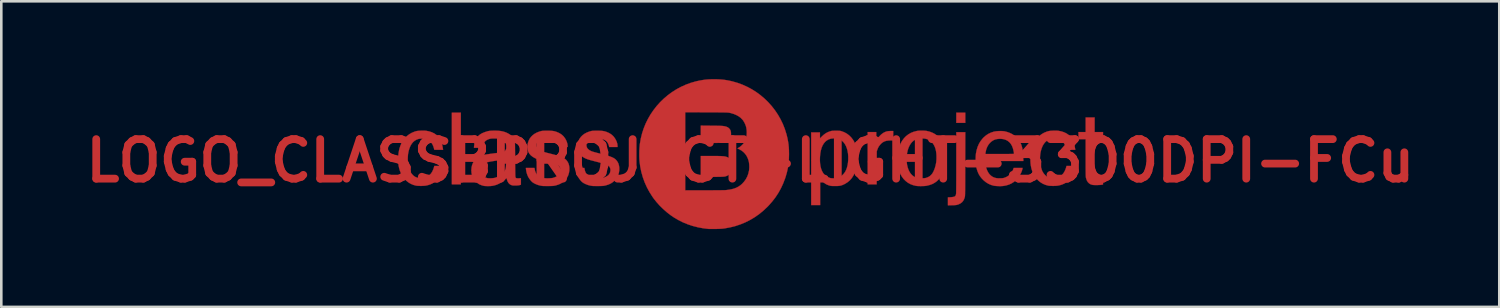
<source format=kicad_pcb>
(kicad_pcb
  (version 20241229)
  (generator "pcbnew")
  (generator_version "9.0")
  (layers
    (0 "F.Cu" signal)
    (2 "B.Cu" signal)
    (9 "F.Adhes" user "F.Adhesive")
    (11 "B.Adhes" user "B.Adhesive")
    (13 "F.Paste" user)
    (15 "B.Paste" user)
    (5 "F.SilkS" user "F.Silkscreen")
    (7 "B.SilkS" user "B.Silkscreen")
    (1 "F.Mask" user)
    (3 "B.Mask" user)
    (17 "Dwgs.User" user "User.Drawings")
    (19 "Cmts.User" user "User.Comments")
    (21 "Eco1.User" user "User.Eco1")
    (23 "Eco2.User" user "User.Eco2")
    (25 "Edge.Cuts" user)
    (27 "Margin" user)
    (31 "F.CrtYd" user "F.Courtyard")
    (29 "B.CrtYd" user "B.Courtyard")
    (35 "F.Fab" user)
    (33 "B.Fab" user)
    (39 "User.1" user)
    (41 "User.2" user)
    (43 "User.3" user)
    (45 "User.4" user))
  (footprint "LOGO_CLASSBPROJECT-LIGHT-3300DPI-FCu"
    (layer "F.Cu")
    (at 25.879 3.149)
    (property "Reference" "LOGO_CLASSBPROJECT-LIGHT-3300DPI-FCu" (at 0 0 0) (layer "F.Cu") (effects (font (size 1.524 1.524) (thickness 0.3))))
    (attr through_hole)
    (fp_poly (pts (xy -11.161 0.908) (xy -11.507 0.908) (xy -11.507 -1.855) (xy -11.161 -1.855) (xy -11.161 0.908)) (stroke (width 0.01) (type solid)) (fill yes) (layer "F.Cu"))
    (fp_poly (pts (xy 8.29 -1.462) (xy 7.943 -1.462) (xy 7.943 -1.855) (xy 8.29 -1.855) (xy 8.29 -1.462)) (stroke (width 0.01) (type solid)) (fill yes) (layer "F.Cu"))
    (fp_poly (pts (xy 5.511 -0.785) (xy 5.408 -0.785) (xy 5.32 -0.781) (xy 5.242 -0.769) (xy 5.174 -0.747) (xy 5.113 -0.715) (xy 5.058 -0.673) (xy 5.028 -0.643) (xy 4.983 -0.59) (xy 4.947 -0.538) (xy 4.918 -0.479) (xy 4.9 -0.433) (xy 4.876 -0.366) (xy 4.874 0.271) (xy 4.872 0.908) (xy 4.526 0.908) (xy 4.526 -1.108) (xy 4.857 -1.108) (xy 4.857 -0.79) (xy 4.879 -0.825) (xy 4.906 -0.862) (xy 4.941 -0.905) (xy 4.981 -0.948) (xy 5.023 -0.99) (xy 5.062 -1.026) (xy 5.068 -1.03) (xy 5.128 -1.074) (xy 5.188 -1.106) (xy 5.249 -1.129) (xy 5.317 -1.142) (xy 5.394 -1.147) (xy 5.414 -1.147) (xy 5.511 -1.147) (xy 5.511 -0.785)) (stroke (width 0.01) (type solid)) (fill yes) (layer "F.Cu"))
    (fp_poly (pts (xy -1.518 -0.185) (xy -1.412 -0.185) (xy -1.319 -0.184) (xy -1.239 -0.183) (xy -1.171 -0.182) (xy -1.113 -0.179) (xy -1.063 -0.176) (xy -1.021 -0.172) (xy -0.985 -0.167) (xy -0.953 -0.161) (xy -0.926 -0.153) (xy -0.9 -0.144) (xy -0.875 -0.134) (xy -0.857 -0.125) (xy -0.797 -0.089) (xy -0.749 -0.041) (xy -0.712 0.016) (xy -0.688 0.081) (xy -0.682 0.113) (xy -0.679 0.156) (xy -0.678 0.204) (xy -0.679 0.252) (xy -0.683 0.295) (xy -0.686 0.312) (xy -0.705 0.381) (xy -0.738 0.443) (xy -0.781 0.498) (xy -0.834 0.544) (xy -0.88 0.57) (xy -0.901 0.58) (xy -0.92 0.588) (xy -0.94 0.595) (xy -0.96 0.601) (xy -0.984 0.606) (xy -1.011 0.61) (xy -1.043 0.613) (xy -1.082 0.615) (xy -1.129 0.617) (xy -1.185 0.618) (xy -1.252 0.619) (xy -1.331 0.62) (xy -1.424 0.621) (xy -1.472 0.621) (xy -1.909 0.625) (xy -1.909 -0.185) (xy -1.518 -0.185)) (stroke (width 0.01) (type solid)) (fill yes) (layer "F.Cu"))
    (fp_poly (pts (xy -1.495 -1.352) (xy -1.399 -1.352) (xy -1.317 -1.351) (xy -1.248 -1.349) (xy -1.189 -1.348) (xy -1.14 -1.346) (xy -1.099 -1.344) (xy -1.064 -1.342) (xy -1.034 -1.338) (xy -1.007 -1.334) (xy -0.983 -1.329) (xy -0.958 -1.323) (xy -0.933 -1.316) (xy -0.921 -1.313) (xy -0.868 -1.29) (xy -0.821 -1.254) (xy -0.787 -1.213) (xy -0.769 -1.184) (xy -0.757 -1.154) (xy -0.749 -1.122) (xy -0.745 -1.082) (xy -0.743 -1.032) (xy -0.743 -1.02) (xy -0.744 -0.977) (xy -0.746 -0.945) (xy -0.75 -0.92) (xy -0.756 -0.898) (xy -0.761 -0.884) (xy -0.79 -0.83) (xy -0.83 -0.785) (xy -0.883 -0.75) (xy -0.897 -0.742) (xy -0.919 -0.732) (xy -0.94 -0.723) (xy -0.96 -0.715) (xy -0.98 -0.709) (xy -1.004 -0.704) (xy -1.031 -0.699) (xy -1.062 -0.696) (xy -1.101 -0.693) (xy -1.147 -0.692) (xy -1.203 -0.69) (xy -1.269 -0.689) (xy -1.347 -0.688) (xy -1.438 -0.687) (xy -1.484 -0.687) (xy -1.909 -0.684) (xy -1.909 -1.356) (xy -1.495 -1.352)) (stroke (width 0.01) (type solid)) (fill yes) (layer "F.Cu"))
    (fp_poly (pts (xy 8.287 0.121) (xy 8.287 0.283) (xy 8.287 0.429) (xy 8.286 0.562) (xy 8.286 0.682) (xy 8.286 0.789) (xy 8.285 0.884) (xy 8.285 0.969) (xy 8.284 1.043) (xy 8.284 1.107) (xy 8.283 1.163) (xy 8.282 1.211) (xy 8.282 1.251) (xy 8.281 1.285) (xy 8.28 1.313) (xy 8.279 1.336) (xy 8.278 1.354) (xy 8.276 1.368) (xy 8.275 1.38) (xy 8.273 1.389) (xy 8.272 1.397) (xy 8.246 1.474) (xy 8.211 1.541) (xy 8.165 1.596) (xy 8.108 1.641) (xy 8.04 1.676) (xy 7.978 1.697) (xy 7.954 1.703) (xy 7.923 1.707) (xy 7.884 1.71) (xy 7.832 1.713) (xy 7.776 1.714) (xy 7.62 1.718) (xy 7.62 1.409) (xy 7.668 1.409) (xy 7.711 1.407) (xy 7.757 1.403) (xy 7.803 1.397) (xy 7.842 1.39) (xy 7.871 1.382) (xy 7.874 1.381) (xy 7.896 1.368) (xy 7.913 1.348) (xy 7.925 1.319) (xy 7.934 1.277) (xy 7.935 1.265) (xy 7.936 1.25) (xy 7.937 1.219) (xy 7.938 1.174) (xy 7.939 1.115) (xy 7.94 1.042) (xy 7.941 0.956) (xy 7.941 0.857) (xy 7.942 0.746) (xy 7.942 0.622) (xy 7.943 0.487) (xy 7.943 0.34) (xy 7.943 0.183) (xy 7.943 0.056) (xy 7.943 -1.101) (xy 8.29 -1.101) (xy 8.287 0.121)) (stroke (width 0.01) (type solid)) (fill yes) (layer "F.Cu"))
    (fp_poly (pts (xy 13.277 -1.108) (xy 13.601 -1.108) (xy 13.601 -0.831) (xy 13.277 -0.831) (xy 13.277 -0.156) (xy 13.277 -0.038) (xy 13.278 0.065) (xy 13.278 0.155) (xy 13.278 0.233) (xy 13.278 0.299) (xy 13.279 0.354) (xy 13.279 0.4) (xy 13.28 0.438) (xy 13.281 0.468) (xy 13.282 0.492) (xy 13.283 0.51) (xy 13.285 0.524) (xy 13.287 0.535) (xy 13.289 0.542) (xy 13.291 0.549) (xy 13.292 0.55) (xy 13.307 0.578) (xy 13.326 0.599) (xy 13.349 0.614) (xy 13.381 0.624) (xy 13.423 0.629) (xy 13.477 0.631) (xy 13.496 0.631) (xy 13.601 0.631) (xy 13.601 0.914) (xy 13.556 0.924) (xy 13.527 0.928) (xy 13.486 0.932) (xy 13.438 0.934) (xy 13.386 0.936) (xy 13.332 0.936) (xy 13.282 0.936) (xy 13.237 0.934) (xy 13.202 0.931) (xy 13.183 0.927) (xy 13.118 0.905) (xy 13.064 0.871) (xy 13.019 0.827) (xy 12.983 0.771) (xy 12.956 0.702) (xy 12.943 0.657) (xy 12.941 0.646) (xy 12.939 0.633) (xy 12.938 0.617) (xy 12.936 0.596) (xy 12.935 0.571) (xy 12.934 0.54) (xy 12.933 0.501) (xy 12.933 0.455) (xy 12.932 0.399) (xy 12.932 0.334) (xy 12.931 0.258) (xy 12.931 0.169) (xy 12.931 0.068) (xy 12.931 -0.047) (xy 12.931 -0.115) (xy 12.931 -0.831) (xy 12.654 -0.831) (xy 12.654 -1.108) (xy 12.931 -1.108) (xy 12.931 -1.67) (xy 13.277 -1.67) (xy 13.277 -1.108)) (stroke (width 0.01) (type solid)) (fill yes) (layer "F.Cu"))
    (fp_poly (pts (xy -12.566 -1.161) (xy -12.516 -1.158) (xy -12.492 -1.155) (xy -12.382 -1.133) (xy -12.281 -1.1) (xy -12.191 -1.057) (xy -12.111 -1.004) (xy -12.042 -0.941) (xy -12.017 -0.911) (xy -11.97 -0.843) (xy -11.93 -0.764) (xy -11.897 -0.673) (xy -11.87 -0.57) (xy -11.85 -0.456) (xy -11.845 -0.423) (xy -12.182 -0.423) (xy -12.2 -0.49) (xy -12.224 -0.565) (xy -12.257 -0.636) (xy -12.296 -0.698) (xy -12.333 -0.742) (xy -12.38 -0.783) (xy -12.432 -0.814) (xy -12.49 -0.836) (xy -12.557 -0.849) (xy -12.636 -0.854) (xy -12.654 -0.854) (xy -12.706 -0.853) (xy -12.751 -0.849) (xy -12.787 -0.843) (xy -12.789 -0.843) (xy -12.868 -0.815) (xy -12.939 -0.774) (xy -13.002 -0.72) (xy -13.057 -0.653) (xy -13.104 -0.573) (xy -13.143 -0.479) (xy -13.174 -0.373) (xy -13.189 -0.302) (xy -13.197 -0.248) (xy -13.202 -0.182) (xy -13.206 -0.111) (xy -13.207 -0.038) (xy -13.205 0.032) (xy -13.201 0.095) (xy -13.197 0.131) (xy -13.177 0.233) (xy -13.148 0.327) (xy -13.111 0.412) (xy -13.067 0.485) (xy -13.016 0.546) (xy -12.968 0.589) (xy -12.919 0.621) (xy -12.864 0.644) (xy -12.826 0.654) (xy -12.774 0.664) (xy -12.714 0.669) (xy -12.652 0.669) (xy -12.593 0.665) (xy -12.555 0.658) (xy -12.483 0.633) (xy -12.416 0.594) (xy -12.356 0.543) (xy -12.302 0.479) (xy -12.256 0.404) (xy -12.218 0.318) (xy -12.192 0.233) (xy -12.184 0.2) (xy -11.845 0.2) (xy -11.85 0.229) (xy -11.876 0.354) (xy -11.911 0.466) (xy -11.955 0.566) (xy -12.009 0.655) (xy -12.072 0.732) (xy -12.144 0.799) (xy -12.196 0.836) (xy -12.269 0.879) (xy -12.344 0.912) (xy -12.425 0.938) (xy -12.516 0.958) (xy -12.518 0.958) (xy -12.56 0.963) (xy -12.612 0.967) (xy -12.669 0.969) (xy -12.729 0.969) (xy -12.787 0.967) (xy -12.838 0.964) (xy -12.879 0.959) (xy -12.888 0.958) (xy -12.994 0.929) (xy -13.093 0.887) (xy -13.184 0.832) (xy -13.268 0.765) (xy -13.343 0.686) (xy -13.408 0.596) (xy -13.464 0.495) (xy -13.51 0.385) (xy -13.539 0.289) (xy -13.56 0.185) (xy -13.573 0.071) (xy -13.577 -0.049) (xy -13.574 -0.171) (xy -13.562 -0.292) (xy -13.542 -0.408) (xy -13.53 -0.458) (xy -13.493 -0.577) (xy -13.444 -0.687) (xy -13.384 -0.787) (xy -13.314 -0.877) (xy -13.234 -0.957) (xy -13.145 -1.025) (xy -13.047 -1.081) (xy -12.941 -1.124) (xy -12.889 -1.14) (xy -12.851 -1.148) (xy -12.802 -1.154) (xy -12.745 -1.158) (xy -12.685 -1.161) (xy -12.623 -1.162) (xy -12.566 -1.161)) (stroke (width 0.01) (type solid)) (fill yes) (layer "F.Cu"))
    (fp_poly (pts (xy 11.81 -1.161) (xy 11.861 -1.158) (xy 11.885 -1.155) (xy 11.995 -1.133) (xy 12.095 -1.1) (xy 12.186 -1.057) (xy 12.266 -1.004) (xy 12.334 -0.941) (xy 12.36 -0.911) (xy 12.406 -0.843) (xy 12.446 -0.764) (xy 12.479 -0.673) (xy 12.506 -0.57) (xy 12.526 -0.456) (xy 12.531 -0.423) (xy 12.194 -0.423) (xy 12.177 -0.49) (xy 12.152 -0.565) (xy 12.119 -0.636) (xy 12.08 -0.698) (xy 12.043 -0.742) (xy 11.996 -0.783) (xy 11.944 -0.814) (xy 11.886 -0.836) (xy 11.819 -0.849) (xy 11.741 -0.854) (xy 11.722 -0.854) (xy 11.671 -0.853) (xy 11.625 -0.849) (xy 11.59 -0.843) (xy 11.587 -0.843) (xy 11.508 -0.815) (xy 11.437 -0.774) (xy 11.374 -0.72) (xy 11.319 -0.653) (xy 11.272 -0.573) (xy 11.233 -0.479) (xy 11.202 -0.373) (xy 11.187 -0.302) (xy 11.18 -0.248) (xy 11.174 -0.182) (xy 11.171 -0.111) (xy 11.17 -0.038) (xy 11.171 0.032) (xy 11.175 0.095) (xy 11.179 0.131) (xy 11.199 0.233) (xy 11.228 0.327) (xy 11.265 0.412) (xy 11.31 0.485) (xy 11.361 0.546) (xy 11.409 0.589) (xy 11.458 0.621) (xy 11.513 0.644) (xy 11.55 0.654) (xy 11.602 0.664) (xy 11.662 0.669) (xy 11.724 0.669) (xy 11.783 0.665) (xy 11.822 0.658) (xy 11.894 0.633) (xy 11.96 0.594) (xy 12.021 0.543) (xy 12.074 0.479) (xy 12.12 0.404) (xy 12.158 0.318) (xy 12.184 0.233) (xy 12.193 0.2) (xy 12.531 0.2) (xy 12.527 0.229) (xy 12.5 0.354) (xy 12.465 0.466) (xy 12.421 0.566) (xy 12.367 0.655) (xy 12.305 0.732) (xy 12.232 0.799) (xy 12.18 0.836) (xy 12.107 0.879) (xy 12.032 0.912) (xy 11.951 0.938) (xy 11.86 0.958) (xy 11.858 0.958) (xy 11.816 0.963) (xy 11.765 0.967) (xy 11.707 0.969) (xy 11.647 0.969) (xy 11.59 0.967) (xy 11.538 0.964) (xy 11.497 0.959) (xy 11.489 0.958) (xy 11.383 0.929) (xy 11.283 0.887) (xy 11.192 0.832) (xy 11.108 0.765) (xy 11.034 0.686) (xy 10.968 0.596) (xy 10.912 0.495) (xy 10.866 0.385) (xy 10.838 0.289) (xy 10.817 0.185) (xy 10.804 0.071) (xy 10.799 -0.049) (xy 10.803 -0.171) (xy 10.814 -0.292) (xy 10.834 -0.408) (xy 10.846 -0.458) (xy 10.883 -0.577) (xy 10.932 -0.687) (xy 10.992 -0.787) (xy 11.062 -0.877) (xy 11.142 -0.957) (xy 11.232 -1.025) (xy 11.329 -1.081) (xy 11.435 -1.124) (xy 11.488 -1.14) (xy 11.525 -1.148) (xy 11.574 -1.154) (xy 11.631 -1.158) (xy 11.692 -1.161) (xy 11.753 -1.162) (xy 11.81 -1.161)) (stroke (width 0.01) (type solid)) (fill yes) (layer "F.Cu"))
    (fp_poly (pts (xy 3.362 -1.158) (xy 3.403 -1.157) (xy 3.434 -1.156) (xy 3.459 -1.153) (xy 3.48 -1.15) (xy 3.502 -1.144) (xy 3.527 -1.137) (xy 3.529 -1.136) (xy 3.63 -1.097) (xy 3.724 -1.045) (xy 3.81 -0.981) (xy 3.887 -0.905) (xy 3.955 -0.818) (xy 4.012 -0.722) (xy 4.059 -0.616) (xy 4.067 -0.591) (xy 4.093 -0.498) (xy 4.112 -0.394) (xy 4.124 -0.282) (xy 4.129 -0.165) (xy 4.127 -0.046) (xy 4.119 0.073) (xy 4.104 0.188) (xy 4.082 0.297) (xy 4.068 0.35) (xy 4.027 0.466) (xy 3.976 0.571) (xy 3.914 0.666) (xy 3.842 0.749) (xy 3.76 0.82) (xy 3.668 0.88) (xy 3.629 0.901) (xy 3.579 0.924) (xy 3.535 0.942) (xy 3.492 0.955) (xy 3.448 0.964) (xy 3.4 0.97) (xy 3.343 0.973) (xy 3.275 0.973) (xy 3.267 0.973) (xy 3.214 0.973) (xy 3.173 0.972) (xy 3.142 0.971) (xy 3.117 0.969) (xy 3.095 0.965) (xy 3.074 0.96) (xy 3.05 0.953) (xy 3.044 0.952) (xy 2.988 0.932) (xy 2.939 0.911) (xy 2.895 0.886) (xy 2.852 0.854) (xy 2.805 0.813) (xy 2.781 0.789) (xy 2.694 0.704) (xy 2.694 1.709) (xy 2.348 1.709) (xy 2.348 -0.018) (xy 2.684 -0.018) (xy 2.691 0.103) (xy 2.707 0.213) (xy 2.733 0.312) (xy 2.768 0.4) (xy 2.812 0.477) (xy 2.865 0.542) (xy 2.927 0.594) (xy 2.998 0.635) (xy 3.076 0.663) (xy 3.106 0.67) (xy 3.14 0.674) (xy 3.184 0.676) (xy 3.233 0.676) (xy 3.281 0.674) (xy 3.322 0.67) (xy 3.351 0.665) (xy 3.42 0.64) (xy 3.487 0.602) (xy 3.55 0.553) (xy 3.607 0.496) (xy 3.653 0.432) (xy 3.67 0.402) (xy 3.706 0.325) (xy 3.733 0.244) (xy 3.754 0.157) (xy 3.768 0.06) (xy 3.776 -0.042) (xy 3.777 -0.162) (xy 3.768 -0.277) (xy 3.75 -0.384) (xy 3.723 -0.483) (xy 3.687 -0.573) (xy 3.643 -0.652) (xy 3.59 -0.719) (xy 3.579 -0.731) (xy 3.521 -0.781) (xy 3.457 -0.818) (xy 3.386 -0.844) (xy 3.307 -0.858) (xy 3.229 -0.862) (xy 3.181 -0.861) (xy 3.137 -0.857) (xy 3.102 -0.851) (xy 3.098 -0.85) (xy 3.018 -0.823) (xy 2.947 -0.782) (xy 2.884 -0.729) (xy 2.83 -0.662) (xy 2.784 -0.584) (xy 2.747 -0.492) (xy 2.718 -0.388) (xy 2.698 -0.272) (xy 2.687 -0.149) (xy 2.684 -0.018) (xy 2.348 -0.018) (xy 2.348 -1.093) (xy 2.686 -1.093) (xy 2.686 -0.864) (xy 2.769 -0.946) (xy 2.836 -1.007) (xy 2.902 -1.055) (xy 2.97 -1.094) (xy 3.045 -1.125) (xy 3.11 -1.145) (xy 3.131 -1.15) (xy 3.156 -1.154) (xy 3.186 -1.156) (xy 3.224 -1.157) (xy 3.273 -1.158) (xy 3.31 -1.158) (xy 3.362 -1.158)) (stroke (width 0.01) (type solid)) (fill yes) (layer "F.Cu"))
    (fp_poly (pts (xy 6.668 -1.161) (xy 6.729 -1.158) (xy 6.782 -1.153) (xy 6.801 -1.15) (xy 6.916 -1.123) (xy 7.024 -1.081) (xy 7.126 -1.026) (xy 7.219 -0.958) (xy 7.277 -0.905) (xy 7.347 -0.826) (xy 7.406 -0.741) (xy 7.453 -0.646) (xy 7.487 -0.554) (xy 7.506 -0.491) (xy 7.52 -0.428) (xy 7.53 -0.361) (xy 7.536 -0.288) (xy 7.541 -0.203) (xy 7.541 -0.191) (xy 7.54 -0.043) (xy 7.529 0.095) (xy 7.506 0.225) (xy 7.472 0.346) (xy 7.427 0.461) (xy 7.37 0.57) (xy 7.336 0.623) (xy 7.272 0.709) (xy 7.198 0.783) (xy 7.114 0.844) (xy 7.021 0.895) (xy 6.918 0.933) (xy 6.805 0.961) (xy 6.777 0.966) (xy 6.738 0.971) (xy 6.688 0.974) (xy 6.631 0.976) (xy 6.571 0.977) (xy 6.512 0.976) (xy 6.458 0.974) (xy 6.412 0.97) (xy 6.385 0.966) (xy 6.273 0.938) (xy 6.169 0.898) (xy 6.074 0.844) (xy 5.988 0.778) (xy 5.911 0.7) (xy 5.843 0.609) (xy 5.79 0.519) (xy 5.743 0.41) (xy 5.707 0.291) (xy 5.682 0.165) (xy 5.669 0.031) (xy 5.668 -0.063) (xy 6.027 -0.063) (xy 6.032 0.051) (xy 6.046 0.159) (xy 6.069 0.258) (xy 6.101 0.349) (xy 6.141 0.431) (xy 6.189 0.501) (xy 6.244 0.56) (xy 6.306 0.606) (xy 6.336 0.623) (xy 6.383 0.644) (xy 6.428 0.659) (xy 6.474 0.669) (xy 6.526 0.674) (xy 6.587 0.675) (xy 6.619 0.675) (xy 6.668 0.673) (xy 6.705 0.671) (xy 6.734 0.668) (xy 6.759 0.664) (xy 6.784 0.657) (xy 6.801 0.652) (xy 6.868 0.624) (xy 6.927 0.587) (xy 6.979 0.539) (xy 7.025 0.481) (xy 7.065 0.409) (xy 7.101 0.324) (xy 7.116 0.282) (xy 7.148 0.169) (xy 7.169 0.056) (xy 7.179 -0.062) (xy 7.179 -0.188) (xy 7.179 -0.189) (xy 7.173 -0.286) (xy 7.161 -0.373) (xy 7.144 -0.45) (xy 7.12 -0.522) (xy 7.088 -0.592) (xy 7.086 -0.596) (xy 7.04 -0.67) (xy 6.983 -0.733) (xy 6.916 -0.784) (xy 6.839 -0.824) (xy 6.812 -0.834) (xy 6.783 -0.844) (xy 6.757 -0.85) (xy 6.73 -0.855) (xy 6.698 -0.858) (xy 6.657 -0.86) (xy 6.637 -0.86) (xy 6.568 -0.861) (xy 6.509 -0.857) (xy 6.458 -0.848) (xy 6.409 -0.834) (xy 6.36 -0.813) (xy 6.294 -0.773) (xy 6.235 -0.72) (xy 6.182 -0.654) (xy 6.136 -0.577) (xy 6.097 -0.49) (xy 6.067 -0.394) (xy 6.045 -0.289) (xy 6.031 -0.176) (xy 6.027 -0.063) (xy 5.668 -0.063) (xy 5.668 -0.109) (xy 5.672 -0.175) (xy 5.684 -0.293) (xy 5.702 -0.399) (xy 5.727 -0.496) (xy 5.759 -0.587) (xy 5.796 -0.67) (xy 5.857 -0.775) (xy 5.927 -0.869) (xy 6.006 -0.95) (xy 6.094 -1.018) (xy 6.19 -1.074) (xy 6.295 -1.116) (xy 6.408 -1.146) (xy 6.432 -1.151) (xy 6.48 -1.157) (xy 6.538 -1.161) (xy 6.602 -1.162) (xy 6.668 -1.161)) (stroke (width 0.01) (type solid)) (fill yes) (layer "F.Cu"))
    (fp_poly (pts (xy 9.711 -1.145) (xy 9.771 -1.14) (xy 9.8 -1.136) (xy 9.905 -1.11) (xy 10.006 -1.073) (xy 10.1 -1.027) (xy 10.186 -0.971) (xy 10.262 -0.908) (xy 10.327 -0.839) (xy 10.35 -0.806) (xy 10.389 -0.745) (xy 10.422 -0.683) (xy 10.45 -0.616) (xy 10.473 -0.545) (xy 10.491 -0.467) (xy 10.505 -0.38) (xy 10.515 -0.282) (xy 10.522 -0.172) (xy 10.525 -0.11) (xy 10.529 0.008) (xy 9.059 0.008) (xy 9.059 0.04) (xy 9.061 0.073) (xy 9.066 0.116) (xy 9.074 0.164) (xy 9.083 0.212) (xy 9.093 0.257) (xy 9.098 0.276) (xy 9.129 0.364) (xy 9.169 0.443) (xy 9.217 0.512) (xy 9.273 0.569) (xy 9.335 0.614) (xy 9.362 0.628) (xy 9.411 0.649) (xy 9.46 0.663) (xy 9.513 0.672) (xy 9.572 0.676) (xy 9.64 0.675) (xy 9.688 0.674) (xy 9.724 0.671) (xy 9.753 0.667) (xy 9.779 0.661) (xy 9.807 0.652) (xy 9.81 0.651) (xy 9.893 0.615) (xy 9.967 0.566) (xy 10.031 0.507) (xy 10.084 0.436) (xy 10.126 0.356) (xy 10.135 0.335) (xy 10.156 0.277) (xy 10.328 0.277) (xy 10.499 0.277) (xy 10.494 0.306) (xy 10.477 0.373) (xy 10.449 0.446) (xy 10.412 0.521) (xy 10.367 0.595) (xy 10.318 0.665) (xy 10.265 0.726) (xy 10.252 0.739) (xy 10.17 0.81) (xy 10.079 0.869) (xy 9.978 0.916) (xy 9.869 0.95) (xy 9.77 0.969) (xy 9.722 0.974) (xy 9.665 0.977) (xy 9.602 0.977) (xy 9.538 0.976) (xy 9.478 0.972) (xy 9.424 0.967) (xy 9.39 0.961) (xy 9.284 0.931) (xy 9.183 0.887) (xy 9.087 0.828) (xy 8.997 0.755) (xy 8.99 0.748) (xy 8.917 0.673) (xy 8.855 0.592) (xy 8.804 0.506) (xy 8.763 0.412) (xy 8.73 0.308) (xy 8.706 0.192) (xy 8.697 0.139) (xy 8.693 0.096) (xy 8.691 0.043) (xy 8.689 -0.018) (xy 8.69 -0.083) (xy 8.691 -0.147) (xy 8.694 -0.207) (xy 8.699 -0.258) (xy 8.699 -0.262) (xy 9.065 -0.262) (xy 9.616 -0.262) (xy 9.722 -0.262) (xy 9.813 -0.262) (xy 9.891 -0.262) (xy 9.957 -0.262) (xy 10.011 -0.263) (xy 10.055 -0.263) (xy 10.09 -0.264) (xy 10.117 -0.265) (xy 10.137 -0.266) (xy 10.151 -0.267) (xy 10.16 -0.269) (xy 10.165 -0.271) (xy 10.167 -0.273) (xy 10.168 -0.275) (xy 10.166 -0.299) (xy 10.16 -0.333) (xy 10.152 -0.373) (xy 10.143 -0.416) (xy 10.132 -0.458) (xy 10.122 -0.494) (xy 10.121 -0.496) (xy 10.087 -0.581) (xy 10.043 -0.655) (xy 9.989 -0.717) (xy 9.926 -0.767) (xy 9.881 -0.793) (xy 9.823 -0.817) (xy 9.765 -0.834) (xy 9.702 -0.843) (xy 9.629 -0.847) (xy 9.624 -0.847) (xy 9.536 -0.841) (xy 9.457 -0.826) (xy 9.388 -0.799) (xy 9.376 -0.793) (xy 9.3 -0.744) (xy 9.234 -0.683) (xy 9.178 -0.612) (xy 9.133 -0.531) (xy 9.098 -0.441) (xy 9.076 -0.342) (xy 9.07 -0.306) (xy 9.065 -0.262) (xy 8.699 -0.262) (xy 8.701 -0.282) (xy 8.728 -0.415) (xy 8.766 -0.538) (xy 8.816 -0.653) (xy 8.879 -0.758) (xy 8.954 -0.854) (xy 9.004 -0.907) (xy 9.089 -0.979) (xy 9.181 -1.039) (xy 9.282 -1.087) (xy 9.39 -1.122) (xy 9.442 -1.132) (xy 9.505 -1.14) (xy 9.574 -1.145) (xy 9.644 -1.147) (xy 9.711 -1.145)) (stroke (width 0.01) (type solid)) (fill yes) (layer "F.Cu"))
    (fp_poly (pts (xy -7.755 -1.158) (xy -7.694 -1.156) (xy -7.643 -1.153) (xy -7.599 -1.147) (xy -7.558 -1.14) (xy -7.518 -1.129) (xy -7.476 -1.115) (xy -7.449 -1.105) (xy -7.37 -1.07) (xy -7.299 -1.027) (xy -7.254 -0.993) (xy -7.198 -0.939) (xy -7.149 -0.875) (xy -7.107 -0.804) (xy -7.075 -0.731) (xy -7.053 -0.656) (xy -7.043 -0.585) (xy -7.043 -0.572) (xy -7.043 -0.531) (xy -7.365 -0.531) (xy -7.374 -0.574) (xy -7.388 -0.621) (xy -7.41 -0.67) (xy -7.438 -0.715) (xy -7.467 -0.751) (xy -7.471 -0.754) (xy -7.513 -0.786) (xy -7.566 -0.814) (xy -7.626 -0.837) (xy -7.647 -0.843) (xy -7.678 -0.85) (xy -7.721 -0.855) (xy -7.772 -0.858) (xy -7.826 -0.86) (xy -7.88 -0.861) (xy -7.929 -0.86) (xy -7.971 -0.857) (xy -7.988 -0.855) (xy -8.051 -0.838) (xy -8.109 -0.812) (xy -8.16 -0.778) (xy -8.2 -0.738) (xy -8.222 -0.704) (xy -8.233 -0.675) (xy -8.24 -0.638) (xy -8.242 -0.622) (xy -8.239 -0.564) (xy -8.223 -0.512) (xy -8.192 -0.465) (xy -8.148 -0.424) (xy -8.089 -0.387) (xy -8.034 -0.362) (xy -8.013 -0.355) (xy -7.979 -0.345) (xy -7.935 -0.332) (xy -7.882 -0.318) (xy -7.824 -0.302) (xy -7.762 -0.287) (xy -7.728 -0.278) (xy -7.619 -0.25) (xy -7.523 -0.225) (xy -7.441 -0.201) (xy -7.369 -0.179) (xy -7.308 -0.157) (xy -7.256 -0.136) (xy -7.211 -0.115) (xy -7.173 -0.093) (xy -7.14 -0.07) (xy -7.13 -0.062) (xy -7.095 -0.028) (xy -7.061 0.015) (xy -7.03 0.064) (xy -7.008 0.111) (xy -7.006 0.115) (xy -6.985 0.193) (xy -6.975 0.278) (xy -6.976 0.366) (xy -6.989 0.453) (xy -7.012 0.536) (xy -7.038 0.599) (xy -7.089 0.685) (xy -7.151 0.759) (xy -7.223 0.823) (xy -7.306 0.876) (xy -7.4 0.919) (xy -7.506 0.951) (xy -7.511 0.952) (xy -7.539 0.958) (xy -7.564 0.963) (xy -7.589 0.967) (xy -7.618 0.969) (xy -7.653 0.971) (xy -7.696 0.973) (xy -7.75 0.974) (xy -7.782 0.974) (xy -7.838 0.974) (xy -7.892 0.974) (xy -7.941 0.973) (xy -7.982 0.972) (xy -8.013 0.97) (xy -8.024 0.969) (xy -8.109 0.953) (xy -8.193 0.93) (xy -8.272 0.899) (xy -8.343 0.864) (xy -8.394 0.831) (xy -8.433 0.796) (xy -8.474 0.75) (xy -8.514 0.698) (xy -8.55 0.643) (xy -8.571 0.604) (xy -8.6 0.535) (xy -8.624 0.458) (xy -8.641 0.379) (xy -8.647 0.333) (xy -8.653 0.277) (xy -8.321 0.277) (xy -8.316 0.306) (xy -8.312 0.33) (xy -8.305 0.361) (xy -8.301 0.379) (xy -8.276 0.451) (xy -8.241 0.512) (xy -8.193 0.564) (xy -8.134 0.606) (xy -8.062 0.639) (xy -7.979 0.663) (xy -7.941 0.67) (xy -7.903 0.674) (xy -7.856 0.676) (xy -7.802 0.676) (xy -7.747 0.675) (xy -7.695 0.671) (xy -7.648 0.667) (xy -7.611 0.661) (xy -7.601 0.658) (xy -7.548 0.64) (xy -7.495 0.617) (xy -7.446 0.59) (xy -7.406 0.562) (xy -7.388 0.546) (xy -7.353 0.499) (xy -7.329 0.447) (xy -7.317 0.391) (xy -7.317 0.334) (xy -7.329 0.28) (xy -7.351 0.236) (xy -7.365 0.217) (xy -7.381 0.2) (xy -7.4 0.185) (xy -7.423 0.17) (xy -7.452 0.155) (xy -7.488 0.14) (xy -7.532 0.125) (xy -7.586 0.108) (xy -7.651 0.09) (xy -7.727 0.069) (xy -7.817 0.045) (xy -7.859 0.035) (xy -7.943 0.013) (xy -8.015 -0.006) (xy -8.075 -0.022) (xy -8.125 -0.036) (xy -8.168 -0.049) (xy -8.204 -0.061) (xy -8.235 -0.073) (xy -8.264 -0.085) (xy -8.292 -0.098) (xy -8.32 -0.112) (xy -8.321 -0.112) (xy -8.401 -0.161) (xy -8.468 -0.215) (xy -8.521 -0.277) (xy -8.559 -0.345) (xy -8.584 -0.42) (xy -8.595 -0.501) (xy -8.594 -0.573) (xy -8.579 -0.672) (xy -8.55 -0.763) (xy -8.509 -0.846) (xy -8.455 -0.921) (xy -8.389 -0.987) (xy -8.311 -1.044) (xy -8.222 -1.091) (xy -8.121 -1.129) (xy -8.077 -1.141) (xy -8.053 -1.147) (xy -8.031 -1.151) (xy -8.007 -1.154) (xy -7.979 -1.156) (xy -7.945 -1.157) (xy -7.901 -1.158) (xy -7.845 -1.158) (xy -7.828 -1.158) (xy -7.755 -1.158)) (stroke (width 0.01) (type solid)) (fill yes) (layer "F.Cu"))
    (fp_poly (pts (xy -5.831 -1.158) (xy -5.77 -1.156) (xy -5.719 -1.153) (xy -5.675 -1.147) (xy -5.634 -1.14) (xy -5.594 -1.129) (xy -5.551 -1.115) (xy -5.525 -1.105) (xy -5.445 -1.07) (xy -5.375 -1.027) (xy -5.33 -0.993) (xy -5.274 -0.939) (xy -5.225 -0.875) (xy -5.183 -0.804) (xy -5.15 -0.731) (xy -5.128 -0.656) (xy -5.119 -0.585) (xy -5.119 -0.572) (xy -5.118 -0.531) (xy -5.441 -0.531) (xy -5.449 -0.574) (xy -5.464 -0.621) (xy -5.486 -0.67) (xy -5.513 -0.715) (xy -5.543 -0.751) (xy -5.546 -0.754) (xy -5.588 -0.786) (xy -5.642 -0.814) (xy -5.702 -0.837) (xy -5.723 -0.843) (xy -5.754 -0.85) (xy -5.797 -0.855) (xy -5.848 -0.858) (xy -5.902 -0.86) (xy -5.955 -0.861) (xy -6.005 -0.86) (xy -6.047 -0.857) (xy -6.063 -0.855) (xy -6.127 -0.838) (xy -6.185 -0.812) (xy -6.236 -0.778) (xy -6.276 -0.738) (xy -6.298 -0.704) (xy -6.309 -0.675) (xy -6.316 -0.638) (xy -6.318 -0.622) (xy -6.315 -0.564) (xy -6.299 -0.512) (xy -6.268 -0.465) (xy -6.223 -0.424) (xy -6.164 -0.387) (xy -6.11 -0.362) (xy -6.089 -0.355) (xy -6.055 -0.345) (xy -6.01 -0.332) (xy -5.958 -0.318) (xy -5.9 -0.302) (xy -5.838 -0.287) (xy -5.804 -0.278) (xy -5.694 -0.25) (xy -5.599 -0.225) (xy -5.516 -0.201) (xy -5.445 -0.179) (xy -5.384 -0.157) (xy -5.332 -0.136) (xy -5.287 -0.115) (xy -5.249 -0.093) (xy -5.216 -0.07) (xy -5.205 -0.062) (xy -5.171 -0.028) (xy -5.136 0.015) (xy -5.106 0.064) (xy -5.083 0.111) (xy -5.082 0.115) (xy -5.061 0.193) (xy -5.051 0.278) (xy -5.052 0.366) (xy -5.064 0.453) (xy -5.087 0.536) (xy -5.114 0.599) (xy -5.165 0.685) (xy -5.227 0.759) (xy -5.299 0.823) (xy -5.382 0.876) (xy -5.476 0.919) (xy -5.582 0.951) (xy -5.587 0.952) (xy -5.615 0.958) (xy -5.64 0.963) (xy -5.665 0.967) (xy -5.694 0.969) (xy -5.728 0.971) (xy -5.771 0.973) (xy -5.826 0.974) (xy -5.857 0.974) (xy -5.913 0.974) (xy -5.967 0.974) (xy -6.017 0.973) (xy -6.058 0.972) (xy -6.088 0.97) (xy -6.1 0.969) (xy -6.185 0.953) (xy -6.269 0.93) (xy -6.348 0.899) (xy -6.419 0.864) (xy -6.469 0.831) (xy -6.509 0.796) (xy -6.55 0.75) (xy -6.59 0.698) (xy -6.626 0.643) (xy -6.647 0.604) (xy -6.676 0.535) (xy -6.7 0.458) (xy -6.717 0.379) (xy -6.723 0.333) (xy -6.729 0.277) (xy -6.397 0.277) (xy -6.392 0.306) (xy -6.387 0.33) (xy -6.381 0.361) (xy -6.376 0.379) (xy -6.352 0.451) (xy -6.316 0.512) (xy -6.269 0.564) (xy -6.209 0.606) (xy -6.138 0.639) (xy -6.054 0.663) (xy -6.016 0.67) (xy -5.979 0.674) (xy -5.931 0.676) (xy -5.878 0.676) (xy -5.823 0.675) (xy -5.77 0.671) (xy -5.723 0.667) (xy -5.687 0.661) (xy -5.677 0.658) (xy -5.624 0.64) (xy -5.571 0.617) (xy -5.522 0.59) (xy -5.482 0.562) (xy -5.464 0.546) (xy -5.429 0.499) (xy -5.405 0.447) (xy -5.393 0.391) (xy -5.393 0.334) (xy -5.405 0.28) (xy -5.427 0.236) (xy -5.441 0.217) (xy -5.456 0.2) (xy -5.475 0.185) (xy -5.499 0.17) (xy -5.528 0.155) (xy -5.564 0.14) (xy -5.608 0.125) (xy -5.662 0.108) (xy -5.726 0.09) (xy -5.803 0.069) (xy -5.893 0.045) (xy -5.934 0.035) (xy -6.019 0.013) (xy -6.091 -0.006) (xy -6.151 -0.022) (xy -6.201 -0.036) (xy -6.243 -0.049) (xy -6.279 -0.061) (xy -6.311 -0.073) (xy -6.34 -0.085) (xy -6.368 -0.098) (xy -6.396 -0.112) (xy -6.397 -0.112) (xy -6.477 -0.161) (xy -6.544 -0.215) (xy -6.596 -0.277) (xy -6.635 -0.345) (xy -6.66 -0.42) (xy -6.671 -0.501) (xy -6.67 -0.573) (xy -6.655 -0.672) (xy -6.626 -0.763) (xy -6.585 -0.846) (xy -6.531 -0.921) (xy -6.465 -0.987) (xy -6.387 -1.044) (xy -6.298 -1.091) (xy -6.197 -1.129) (xy -6.152 -1.141) (xy -6.129 -1.147) (xy -6.107 -1.151) (xy -6.083 -1.154) (xy -6.055 -1.156) (xy -6.021 -1.157) (xy -5.977 -1.158) (xy -5.921 -1.158) (xy -5.904 -1.158) (xy -5.831 -1.158)) (stroke (width 0.01) (type solid)) (fill yes) (layer "F.Cu"))
    (fp_poly (pts (xy -1.256 -3.141) (xy -1.13 -3.134) (xy -1.008 -3.122) (xy -0.888 -3.103) (xy -0.764 -3.078) (xy -0.687 -3.06) (xy -0.489 -3.003) (xy -0.298 -2.933) (xy -0.113 -2.849) (xy 0.065 -2.753) (xy 0.236 -2.645) (xy 0.398 -2.525) (xy 0.552 -2.394) (xy 0.696 -2.253) (xy 0.831 -2.103) (xy 0.954 -1.943) (xy 1.067 -1.775) (xy 1.167 -1.6) (xy 1.256 -1.417) (xy 1.331 -1.227) (xy 1.392 -1.032) (xy 1.408 -0.973) (xy 1.436 -0.853) (xy 1.457 -0.739) (xy 1.474 -0.628) (xy 1.485 -0.514) (xy 1.491 -0.395) (xy 1.493 -0.264) (xy 1.493 -0.253) (xy 1.489 -0.069) (xy 1.474 0.106) (xy 1.449 0.275) (xy 1.413 0.442) (xy 1.365 0.61) (xy 1.342 0.68) (xy 1.267 0.876) (xy 1.181 1.061) (xy 1.083 1.238) (xy 0.972 1.407) (xy 0.847 1.569) (xy 0.709 1.725) (xy 0.674 1.762) (xy 0.518 1.91) (xy 0.356 2.045) (xy 0.186 2.166) (xy 0.008 2.273) (xy -0.176 2.367) (xy -0.367 2.447) (xy -0.565 2.514) (xy -0.77 2.566) (xy -0.981 2.605) (xy -1.018 2.61) (xy -1.065 2.616) (xy -1.113 2.62) (xy -1.166 2.623) (xy -1.227 2.626) (xy -1.298 2.627) (xy -1.351 2.628) (xy -1.409 2.629) (xy -1.463 2.629) (xy -1.512 2.629) (xy -1.553 2.629) (xy -1.583 2.628) (xy -1.601 2.628) (xy -1.601 2.628) (xy -1.816 2.602) (xy -2.022 2.564) (xy -2.221 2.513) (xy -2.413 2.449) (xy -2.598 2.373) (xy -2.778 2.282) (xy -2.933 2.192) (xy -3.078 2.093) (xy -3.222 1.981) (xy -3.361 1.858) (xy -3.494 1.728) (xy -3.616 1.591) (xy -3.727 1.451) (xy -3.773 1.385) (xy -3.887 1.206) (xy -3.924 1.139) (xy -2.509 1.139) (xy -1.763 1.139) (xy -1.635 1.139) (xy -1.515 1.139) (xy -1.405 1.138) (xy -1.303 1.138) (xy -1.213 1.137) (xy -1.133 1.136) (xy -1.066 1.135) (xy -1.011 1.134) (xy -0.97 1.133) (xy -0.943 1.132) (xy -0.938 1.131) (xy -0.82 1.116) (xy -0.715 1.096) (xy -0.621 1.071) (xy -0.537 1.038) (xy -0.46 0.998) (xy -0.389 0.951) (xy -0.322 0.894) (xy -0.316 0.889) (xy -0.238 0.804) (xy -0.171 0.711) (xy -0.117 0.609) (xy -0.077 0.5) (xy -0.05 0.385) (xy -0.049 0.384) (xy -0.043 0.326) (xy -0.039 0.26) (xy -0.04 0.191) (xy -0.044 0.123) (xy -0.051 0.062) (xy -0.061 0.012) (xy -0.095 -0.091) (xy -0.14 -0.184) (xy -0.196 -0.265) (xy -0.263 -0.336) (xy -0.341 -0.396) (xy -0.43 -0.446) (xy -0.44 -0.45) (xy -0.466 -0.462) (xy -0.484 -0.472) (xy -0.492 -0.478) (xy -0.492 -0.478) (xy -0.486 -0.484) (xy -0.472 -0.492) (xy -0.42 -0.521) (xy -0.367 -0.561) (xy -0.315 -0.608) (xy -0.268 -0.659) (xy -0.229 -0.71) (xy -0.214 -0.736) (xy -0.18 -0.814) (xy -0.155 -0.902) (xy -0.14 -0.997) (xy -0.136 -1.095) (xy -0.141 -1.195) (xy -0.157 -1.292) (xy -0.162 -1.31) (xy -0.18 -1.368) (xy -0.206 -1.431) (xy -0.238 -1.492) (xy -0.271 -1.547) (xy -0.296 -1.58) (xy -0.363 -1.649) (xy -0.44 -1.709) (xy -0.53 -1.76) (xy -0.631 -1.803) (xy -0.745 -1.838) (xy -0.812 -1.853) (xy -0.823 -1.855) (xy -0.837 -1.857) (xy -0.853 -1.858) (xy -0.874 -1.86) (xy -0.899 -1.861) (xy -0.931 -1.862) (xy -0.969 -1.863) (xy -1.015 -1.864) (xy -1.069 -1.865) (xy -1.133 -1.865) (xy -1.207 -1.866) (xy -1.292 -1.867) (xy -1.39 -1.867) (xy -1.501 -1.867) (xy -1.626 -1.868) (xy -1.691 -1.868) (xy -2.509 -1.871) (xy -2.509 1.139) (xy -3.924 1.139) (xy -3.987 1.021) (xy -4.073 0.83) (xy -4.144 0.633) (xy -4.201 0.431) (xy -4.243 0.224) (xy -4.268 0.04) (xy -4.276 -0.056) (xy -4.28 -0.163) (xy -4.28 -0.276) (xy -4.278 -0.391) (xy -4.271 -0.503) (xy -4.262 -0.608) (xy -4.256 -0.658) (xy -4.221 -0.86) (xy -4.172 -1.058) (xy -4.109 -1.25) (xy -4.033 -1.437) (xy -3.944 -1.617) (xy -3.843 -1.791) (xy -3.73 -1.956) (xy -3.607 -2.114) (xy -3.473 -2.263) (xy -3.329 -2.402) (xy -3.176 -2.532) (xy -3.014 -2.65) (xy -2.844 -2.758) (xy -2.666 -2.853) (xy -2.482 -2.936) (xy -2.29 -3.006) (xy -2.1 -3.06) (xy -1.971 -3.089) (xy -1.849 -3.111) (xy -1.729 -3.128) (xy -1.606 -3.138) (xy -1.476 -3.143) (xy -1.393 -3.144) (xy -1.256 -3.141)) (stroke (width 0.01) (type solid)) (fill yes) (layer "F.Cu"))
    (fp_poly (pts (xy -9.694 -1.155) (xy -9.608 -1.145) (xy -9.528 -1.127) (xy -9.452 -1.104) (xy -9.377 -1.073) (xy -9.356 -1.062) (xy -9.279 -1.019) (xy -9.215 -0.97) (xy -9.164 -0.914) (xy -9.124 -0.849) (xy -9.092 -0.774) (xy -9.085 -0.75) (xy -9.083 -0.741) (xy -9.08 -0.73) (xy -9.079 -0.717) (xy -9.077 -0.7) (xy -9.076 -0.678) (xy -9.074 -0.65) (xy -9.073 -0.616) (xy -9.072 -0.573) (xy -9.071 -0.522) (xy -9.071 -0.461) (xy -9.07 -0.39) (xy -9.069 -0.306) (xy -9.068 -0.21) (xy -9.068 -0.1) (xy -9.067 -0.042) (xy -9.067 0.079) (xy -9.066 0.186) (xy -9.065 0.28) (xy -9.064 0.36) (xy -9.063 0.429) (xy -9.062 0.486) (xy -9.061 0.532) (xy -9.06 0.569) (xy -9.058 0.597) (xy -9.057 0.617) (xy -9.055 0.63) (xy -9.053 0.637) (xy -9.053 0.637) (xy -9.041 0.655) (xy -9.025 0.667) (xy -9.003 0.674) (xy -8.972 0.677) (xy -8.93 0.676) (xy -8.924 0.676) (xy -8.844 0.672) (xy -8.844 0.922) (xy -8.884 0.935) (xy -8.915 0.943) (xy -8.957 0.948) (xy -9.005 0.952) (xy -9.056 0.953) (xy -9.105 0.953) (xy -9.149 0.951) (xy -9.183 0.946) (xy -9.191 0.944) (xy -9.248 0.921) (xy -9.295 0.886) (xy -9.334 0.839) (xy -9.365 0.779) (xy -9.388 0.707) (xy -9.394 0.683) (xy -9.398 0.663) (xy -9.434 0.702) (xy -9.487 0.751) (xy -9.55 0.8) (xy -9.621 0.846) (xy -9.696 0.886) (xy -9.769 0.919) (xy -9.782 0.924) (xy -9.859 0.948) (xy -9.935 0.965) (xy -10.016 0.974) (xy -10.107 0.977) (xy -10.115 0.977) (xy -10.163 0.976) (xy -10.209 0.974) (xy -10.248 0.971) (xy -10.276 0.967) (xy -10.279 0.966) (xy -10.344 0.948) (xy -10.408 0.924) (xy -10.465 0.897) (xy -10.473 0.892) (xy -10.507 0.868) (xy -10.546 0.835) (xy -10.586 0.797) (xy -10.624 0.756) (xy -10.656 0.717) (xy -10.678 0.685) (xy -10.713 0.61) (xy -10.738 0.527) (xy -10.752 0.44) (xy -10.753 0.39) (xy -10.394 0.39) (xy -10.383 0.455) (xy -10.359 0.514) (xy -10.321 0.565) (xy -10.27 0.609) (xy -10.207 0.645) (xy -10.16 0.663) (xy -10.126 0.671) (xy -10.081 0.675) (xy -10.029 0.676) (xy -9.974 0.674) (xy -9.919 0.669) (xy -9.869 0.662) (xy -9.841 0.655) (xy -9.808 0.644) (xy -9.768 0.629) (xy -9.725 0.611) (xy -9.691 0.596) (xy -9.65 0.575) (xy -9.618 0.556) (xy -9.592 0.537) (xy -9.566 0.515) (xy -9.549 0.498) (xy -9.508 0.451) (xy -9.477 0.406) (xy -9.469 0.393) (xy -9.454 0.361) (xy -9.443 0.332) (xy -9.434 0.303) (xy -9.427 0.271) (xy -9.422 0.234) (xy -9.419 0.189) (xy -9.417 0.133) (xy -9.415 0.071) (xy -9.414 0.021) (xy -9.414 -0.025) (xy -9.414 -0.062) (xy -9.414 -0.089) (xy -9.415 -0.105) (xy -9.415 -0.108) (xy -9.424 -0.105) (xy -9.442 -0.097) (xy -9.467 -0.086) (xy -9.469 -0.085) (xy -9.509 -0.069) (xy -9.556 -0.054) (xy -9.611 -0.04) (xy -9.677 -0.026) (xy -9.755 -0.012) (xy -9.846 0.002) (xy -9.857 0.004) (xy -9.946 0.017) (xy -10.021 0.03) (xy -10.084 0.043) (xy -10.137 0.057) (xy -10.182 0.072) (xy -10.219 0.088) (xy -10.252 0.107) (xy -10.281 0.128) (xy -10.302 0.147) (xy -10.345 0.196) (xy -10.374 0.252) (xy -10.39 0.316) (xy -10.39 0.319) (xy -10.394 0.39) (xy -10.753 0.39) (xy -10.755 0.35) (xy -10.747 0.261) (xy -10.729 0.175) (xy -10.699 0.096) (xy -10.678 0.055) (xy -10.63 -0.012) (xy -10.568 -0.073) (xy -10.495 -0.127) (xy -10.412 -0.173) (xy -10.319 -0.211) (xy -10.233 -0.235) (xy -10.216 -0.238) (xy -10.184 -0.243) (xy -10.142 -0.25) (xy -10.089 -0.257) (xy -10.029 -0.266) (xy -9.963 -0.274) (xy -9.893 -0.284) (xy -9.861 -0.288) (xy -9.781 -0.298) (xy -9.716 -0.307) (xy -9.662 -0.314) (xy -9.619 -0.32) (xy -9.586 -0.326) (xy -9.56 -0.33) (xy -9.54 -0.335) (xy -9.525 -0.339) (xy -9.513 -0.344) (xy -9.502 -0.349) (xy -9.496 -0.352) (xy -9.466 -0.373) (xy -9.443 -0.4) (xy -9.433 -0.416) (xy -9.423 -0.436) (xy -9.416 -0.453) (xy -9.412 -0.472) (xy -9.41 -0.496) (xy -9.41 -0.531) (xy -9.41 -0.539) (xy -9.412 -0.595) (xy -9.418 -0.641) (xy -9.431 -0.679) (xy -9.452 -0.713) (xy -9.475 -0.742) (xy -9.523 -0.783) (xy -9.584 -0.817) (xy -9.657 -0.842) (xy -9.66 -0.843) (xy -9.698 -0.85) (xy -9.748 -0.856) (xy -9.804 -0.86) (xy -9.864 -0.861) (xy -9.922 -0.861) (xy -9.974 -0.858) (xy -10.017 -0.853) (xy -10.027 -0.851) (xy -10.103 -0.828) (xy -10.168 -0.796) (xy -10.221 -0.755) (xy -10.263 -0.702) (xy -10.296 -0.639) (xy -10.318 -0.564) (xy -10.325 -0.529) (xy -10.33 -0.5) (xy -10.655 -0.5) (xy -10.65 -0.562) (xy -10.636 -0.664) (xy -10.613 -0.754) (xy -10.579 -0.835) (xy -10.535 -0.906) (xy -10.479 -0.967) (xy -10.411 -1.021) (xy -10.33 -1.067) (xy -10.236 -1.105) (xy -10.133 -1.137) (xy -10.104 -1.144) (xy -10.077 -1.149) (xy -10.049 -1.153) (xy -10.016 -1.156) (xy -9.975 -1.158) (xy -9.924 -1.16) (xy -9.898 -1.16) (xy -9.79 -1.16) (xy -9.694 -1.155)) (stroke (width 0.01) (type solid)) (fill yes) (layer "F.Cu")))
  (gr_rect
    (start -3 -3)
    (end 54.758 8.783)
    (stroke (width 0.1) (type default))
    (fill no)
    (layer "Edge.Cuts")))
</source>
